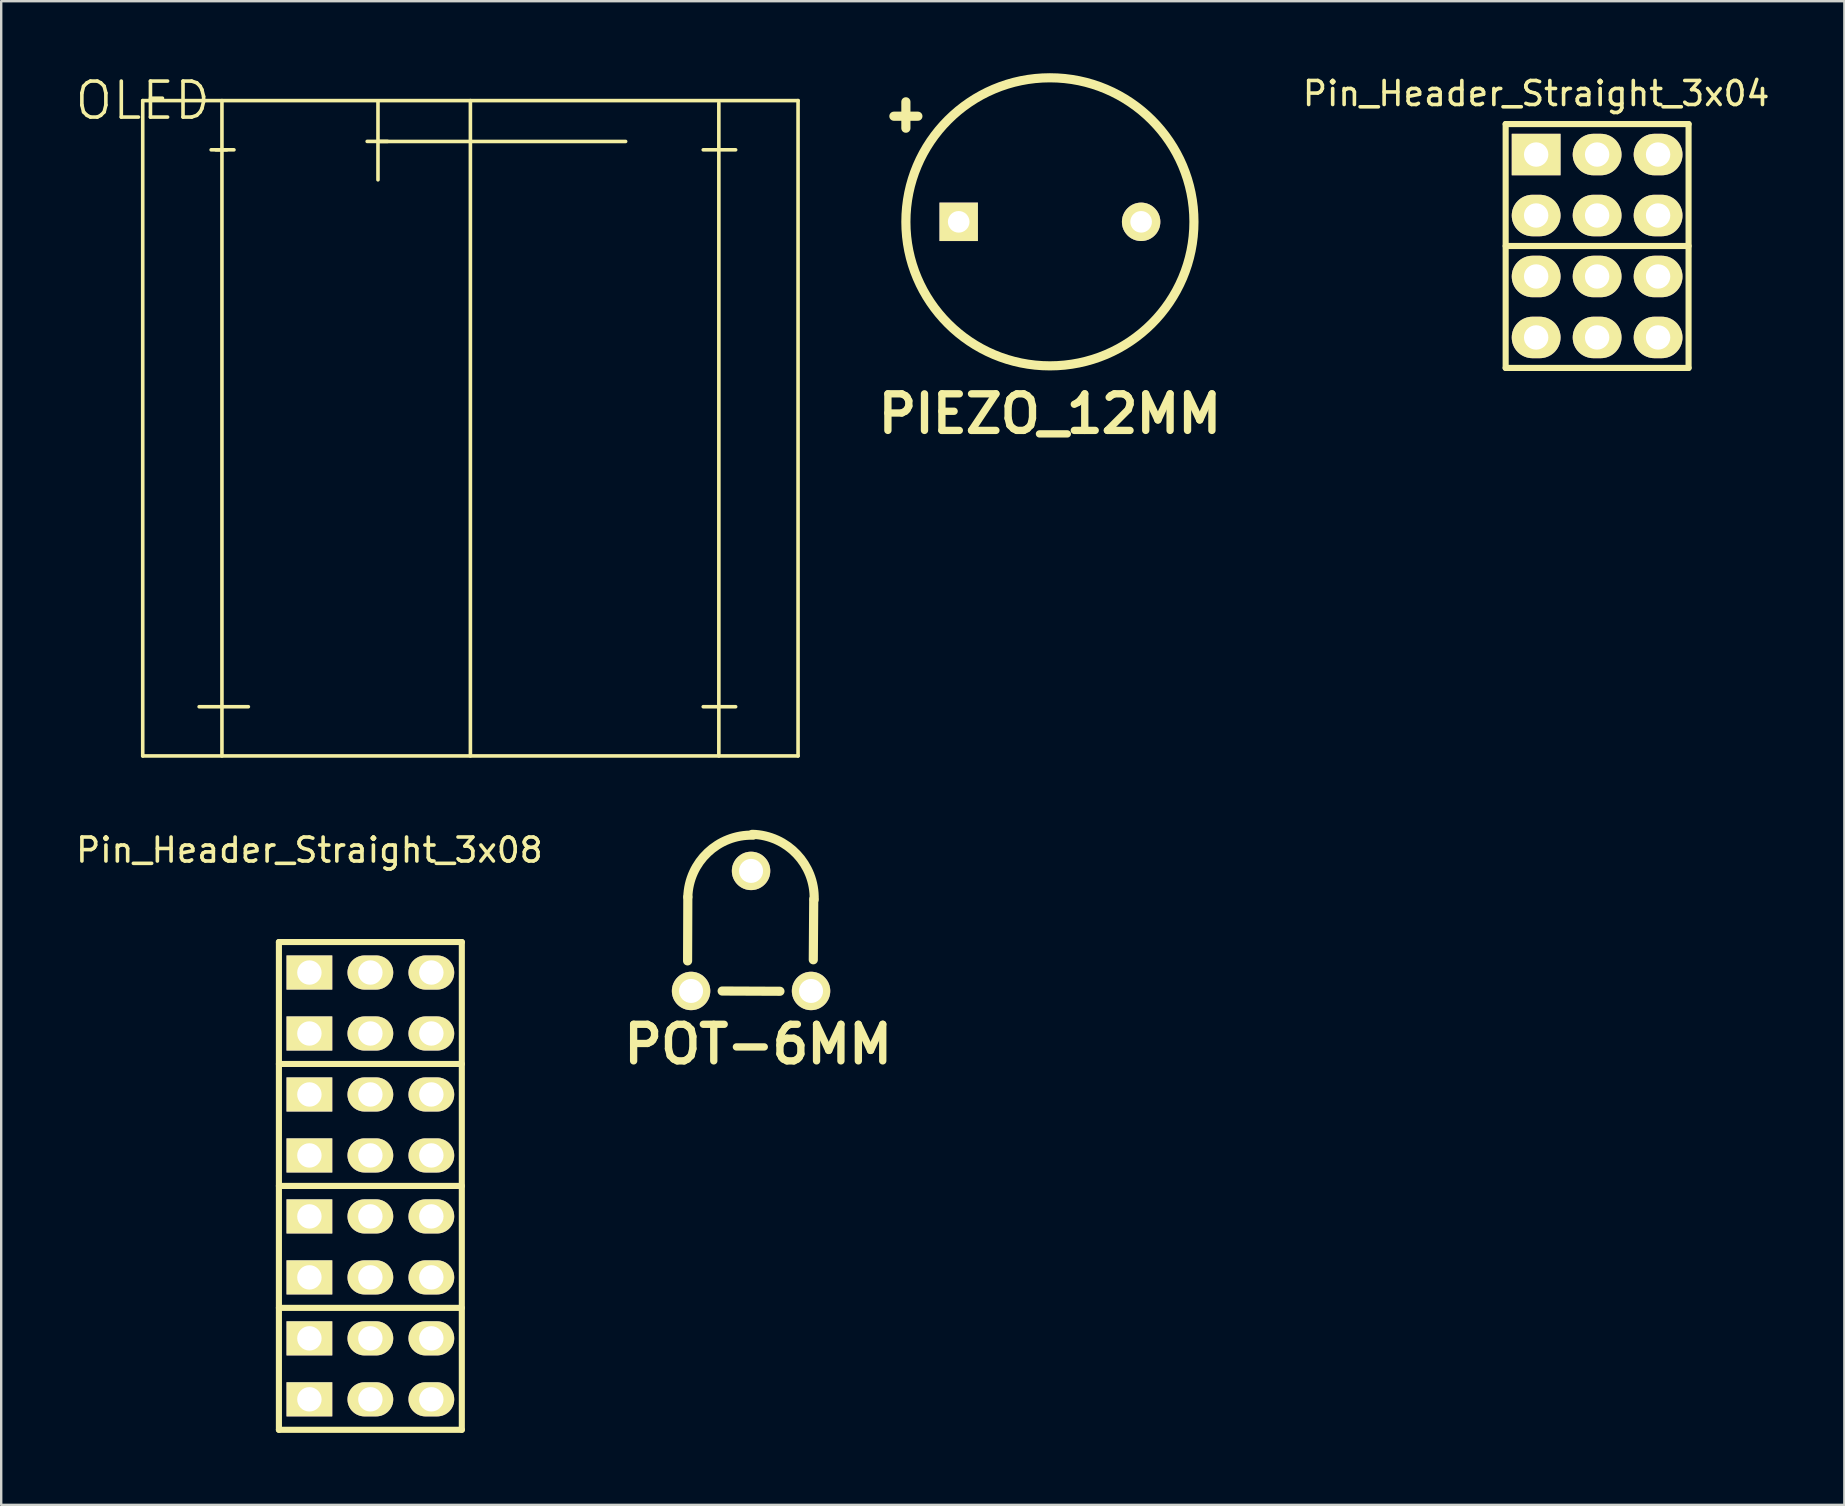
<source format=kicad_pcb>
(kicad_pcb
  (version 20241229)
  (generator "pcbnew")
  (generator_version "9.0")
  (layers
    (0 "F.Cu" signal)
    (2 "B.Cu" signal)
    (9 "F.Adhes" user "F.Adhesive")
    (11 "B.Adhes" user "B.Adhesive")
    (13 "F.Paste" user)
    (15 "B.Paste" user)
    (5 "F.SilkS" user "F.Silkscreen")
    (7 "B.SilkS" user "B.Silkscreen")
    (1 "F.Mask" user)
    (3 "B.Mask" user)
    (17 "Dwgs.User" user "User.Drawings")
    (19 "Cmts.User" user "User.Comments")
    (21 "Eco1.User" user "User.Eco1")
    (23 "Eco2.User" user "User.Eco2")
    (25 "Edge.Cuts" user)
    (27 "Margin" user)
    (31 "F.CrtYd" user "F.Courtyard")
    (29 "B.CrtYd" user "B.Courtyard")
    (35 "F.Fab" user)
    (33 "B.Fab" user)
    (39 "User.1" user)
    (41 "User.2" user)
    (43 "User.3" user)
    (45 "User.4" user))
  (footprint "Pin_Header_Straight_3x04"
    (layer "F.Cu")
    (at 63.484 7.198)
    (property "Reference" "Pin_Header_Straight_3x04" (at -2.54 -6.35 0) (layer "F.SilkS") (effects (font (size 1 1) (thickness 0.15))))
    (attr through_hole)
    (fp_line (start -3.81 -5.08) (end -3.81 5.08) (stroke (width 0.254) (type solid)) (layer "F.SilkS"))
    (fp_line (start -3.81 -5.08) (end 3.81 -5.08) (stroke (width 0.254) (type solid)) (layer "F.SilkS"))
    (fp_line (start 3.81 -5.08) (end 3.81 5.08) (stroke (width 0.254) (type solid)) (layer "F.SilkS"))
    (fp_line (start 3.81 0) (end -3.81 0) (stroke (width 0.254) (type solid)) (layer "F.SilkS"))
    (fp_line (start 3.81 5.08) (end -3.81 5.08) (stroke (width 0.254) (type solid)) (layer "F.SilkS"))
    (pad "1" thru_hole rect (at -2.54 -3.81) (size 2.032 1.727) (drill 1.016) (layers "*.Cu" "*.Mask" "F.SilkS"))
    (pad "2" thru_hole oval (at 0 -3.81) (size 2.032 1.727) (drill 1.016) (layers "*.Cu" "*.Mask" "F.SilkS"))
    (pad "3" thru_hole oval (at 2.54 -3.81) (size 2.032 1.727) (drill 1.016) (layers "*.Cu" "*.Mask" "F.SilkS"))
    (pad "4" thru_hole oval (at -2.54 -1.27) (size 2.032 1.727) (drill 1.016) (layers "*.Cu" "*.Mask" "F.SilkS"))
    (pad "5" thru_hole oval (at 0 -1.27) (size 2.032 1.727) (drill 1.016) (layers "*.Cu" "*.Mask" "F.SilkS"))
    (pad "6" thru_hole oval (at 2.54 -1.27) (size 2.032 1.727) (drill 1.016) (layers "*.Cu" "*.Mask" "F.SilkS"))
    (pad "7" thru_hole oval (at -2.54 1.27) (size 2.032 1.727) (drill 1.016) (layers "*.Cu" "*.Mask" "F.SilkS"))
    (pad "8" thru_hole oval (at 0 1.27) (size 2.032 1.727) (drill 1.016) (layers "*.Cu" "*.Mask" "F.SilkS"))
    (pad "9" thru_hole oval (at 2.54 1.27) (size 2.032 1.727) (drill 1.016) (layers "*.Cu" "*.Mask" "F.SilkS"))
    (pad "10" thru_hole oval (at -2.54 3.81) (size 2.032 1.727) (drill 1.016) (layers "*.Cu" "*.Mask" "F.SilkS"))
    (pad "11" thru_hole oval (at 0 3.81) (size 2.032 1.727) (drill 1.016) (layers "*.Cu" "*.Mask" "F.SilkS"))
    (pad "12" thru_hole oval (at 2.54 3.81) (size 2.032 1.727) (drill 1.016) (layers "*.Cu" "*.Mask" "F.SilkS")))
  (footprint "PIEZO_12MM"
    (layer "F.Cu")
    (at 40.688 6.191)
    (property "Reference" "PIEZO_12MM" (at 0 8 0) (layer "F.SilkS") (effects (font (size 1.524 1.524) (thickness 0.305))))
    (attr through_hole)
    (fp_line (start -6.5 -4.4) (end -5.5 -4.4) (stroke (width 0.381) (type solid)) (layer "F.SilkS"))
    (fp_line (start -6 -5) (end -6 -3.9) (stroke (width 0.381) (type solid)) (layer "F.SilkS"))
    (fp_circle (center 0 0) (end 6 0) (stroke (width 0.381) (type solid)) (fill no) (layer "F.SilkS"))
    (pad "1" thru_hole rect (at -3.8 0) (size 1.6 1.6) (drill 0.9) (layers "*.Cu" "*.Mask" "F.SilkS"))
    (pad "2" thru_hole circle (at 3.8 0) (size 1.6 1.6) (drill 0.9) (layers "*.Cu" "*.Mask" "F.SilkS")))
  (footprint "Pin_Header_Straight_3x08"
    (layer "F.Cu")
    (at 12.379 46.354)
    (property "Reference" "Pin_Header_Straight_3x08" (at -2.54 -13.99 0) (layer "F.SilkS") (effects (font (size 1 1) (thickness 0.15))))
    (attr through_hole)
    (fp_line (start -3.81 -10.16) (end 3.81 -10.16) (stroke (width 0.254) (type solid)) (layer "F.SilkS"))
    (fp_line (start -3.81 10.16) (end -3.81 -10.16) (stroke (width 0.254) (type solid)) (layer "F.SilkS"))
    (fp_line (start 3.81 -10.16) (end 3.81 10.16) (stroke (width 0.254) (type solid)) (layer "F.SilkS"))
    (fp_line (start 3.81 -5.08) (end -3.81 -5.08) (stroke (width 0.254) (type solid)) (layer "F.SilkS"))
    (fp_line (start 3.81 0) (end -3.81 0) (stroke (width 0.254) (type solid)) (layer "F.SilkS"))
    (fp_line (start 3.81 5.08) (end -3.81 5.08) (stroke (width 0.254) (type solid)) (layer "F.SilkS"))
    (fp_line (start 3.81 10.16) (end -3.81 10.16) (stroke (width 0.254) (type solid)) (layer "F.SilkS"))
    (pad "1" thru_hole rect (at -2.54 -8.89) (size 1.905 1.422) (drill 1.016) (layers "*.Cu" "*.Mask" "F.SilkS"))
    (pad "2" thru_hole oval (at 0 -8.89) (size 1.905 1.422) (drill 1.016) (layers "*.Cu" "*.Mask" "F.SilkS"))
    (pad "3" thru_hole oval (at 2.54 -8.89) (size 1.905 1.422) (drill 1.016) (layers "*.Cu" "*.Mask" "F.SilkS"))
    (pad "4" thru_hole rect (at -2.54 -6.35) (size 1.905 1.422) (drill 1.016) (layers "*.Cu" "*.Mask" "F.SilkS"))
    (pad "5" thru_hole oval (at 0 -6.35) (size 1.905 1.422) (drill 1.016) (layers "*.Cu" "*.Mask" "F.SilkS"))
    (pad "6" thru_hole oval (at 2.54 -6.35) (size 1.905 1.422) (drill 1.016) (layers "*.Cu" "*.Mask" "F.SilkS"))
    (pad "7" thru_hole rect (at -2.54 -3.81) (size 1.905 1.422) (drill 1.016) (layers "*.Cu" "*.Mask" "F.SilkS"))
    (pad "8" thru_hole oval (at 0 -3.81) (size 1.905 1.422) (drill 1.016) (layers "*.Cu" "*.Mask" "F.SilkS"))
    (pad "9" thru_hole oval (at 2.54 -3.81) (size 1.905 1.422) (drill 1.016) (layers "*.Cu" "*.Mask" "F.SilkS"))
    (pad "10" thru_hole rect (at -2.54 -1.27) (size 1.905 1.422) (drill 1.016) (layers "*.Cu" "*.Mask" "F.SilkS"))
    (pad "11" thru_hole oval (at 0 -1.27) (size 1.905 1.422) (drill 1.016) (layers "*.Cu" "*.Mask" "F.SilkS"))
    (pad "12" thru_hole oval (at 2.54 -1.27) (size 1.905 1.422) (drill 1.016) (layers "*.Cu" "*.Mask" "F.SilkS"))
    (pad "13" thru_hole rect (at -2.54 1.27) (size 1.905 1.422) (drill 1.016) (layers "*.Cu" "*.Mask" "F.SilkS"))
    (pad "14" thru_hole oval (at 0 1.27) (size 1.905 1.422) (drill 1.016) (layers "*.Cu" "*.Mask" "F.SilkS"))
    (pad "15" thru_hole oval (at 2.54 1.27) (size 1.905 1.422) (drill 1.016) (layers "*.Cu" "*.Mask" "F.SilkS"))
    (pad "16" thru_hole rect (at -2.54 3.81) (size 1.905 1.422) (drill 1.016) (layers "*.Cu" "*.Mask" "F.SilkS"))
    (pad "17" thru_hole oval (at 0 3.81) (size 1.905 1.422) (drill 1.016) (layers "*.Cu" "*.Mask" "F.SilkS"))
    (pad "18" thru_hole oval (at 2.54 3.81) (size 1.905 1.422) (drill 1.016) (layers "*.Cu" "*.Mask" "F.SilkS"))
    (pad "19" thru_hole rect (at -2.54 6.35) (size 1.905 1.422) (drill 1.016) (layers "*.Cu" "*.Mask" "F.SilkS"))
    (pad "20" thru_hole oval (at 0 6.35) (size 1.905 1.422) (drill 1.016) (layers "*.Cu" "*.Mask" "F.SilkS"))
    (pad "21" thru_hole oval (at 2.54 6.35) (size 1.905 1.422) (drill 1.016) (layers "*.Cu" "*.Mask" "F.SilkS"))
    (pad "22" thru_hole rect (at -2.54 8.89) (size 1.905 1.422) (drill 1.016) (layers "*.Cu" "*.Mask" "F.SilkS"))
    (pad "23" thru_hole oval (at 0 8.89) (size 1.905 1.422) (drill 1.016) (layers "*.Cu" "*.Mask" "F.SilkS"))
    (pad "24" thru_hole oval (at 2.54 8.89) (size 1.905 1.422) (drill 1.016) (layers "*.Cu" "*.Mask" "F.SilkS")))
  (footprint "POT-6MM"
    (layer "F.Cu")
    (at 28.238 38.232)
    (property "Reference" "POT-6MM" (at 0.297 2.223 0) (layer "F.SilkS") (effects (font (size 1.524 1.524) (thickness 0.305))))
    (attr through_hole)
    (fp_line (start -2.634 -3.912) (end -2.644 -1.252) (stroke (width 0.381) (type solid)) (layer "F.SilkS"))
    (fp_line (start -1.204 0.003) (end 1.204 0.013) (stroke (width 0.381) (type solid)) (layer "F.SilkS"))
    (fp_line (start 2.611 -3.823) (end 2.593 -1.298) (stroke (width 0.381) (type solid)) (layer "F.SilkS"))
    (fp_arc (start -2.63398 -3.9116) (mid -1.807752 -5.764051) (end 0.08636 -6.4897) (stroke (width 0.381) (type solid)) (layer "F.SilkS"))
    (fp_arc (start 0.0508 -6.52526) (mid 1.903251 -5.699032) (end 2.6289 -3.80492) (stroke (width 0.381) (type solid)) (layer "F.SilkS"))
    (pad "1" thru_hole circle (at -2.499 0) (size 1.6 1.6) (drill 1.001) (layers "*.Cu" "*.Mask" "F.SilkS"))
    (pad "2" thru_hole circle (at 0 -5.001) (size 1.6 1.6) (drill 1.001) (layers "*.Cu" "*.Mask" "F.SilkS"))
    (pad "3" thru_hole circle (at 2.499 0) (size 1.6 1.6) (drill 1.001) (layers "*.Cu" "*.Mask" "F.SilkS")))
  (footprint "OLED"
    (layer "F.Cu")
    (at 2.896 1.141)
    (property "Reference" "OLED" (at 0 0 0) (layer "F.SilkS") (effects (font (size 1.5 1.5) (thickness 0.15))))
    (attr through_hole)
    (fp_line (start 0 0) (end 27.3 0) (stroke (width 0.15) (type solid)) (layer "F.SilkS"))
    (fp_line (start 0 27.3) (end 0 0) (stroke (width 0.15) (type solid)) (layer "F.SilkS"))
    (fp_line (start 2.35 25.25) (end 4.4 25.25) (stroke (width 0.15) (type solid)) (layer "F.SilkS"))
    (fp_line (start 2.85 2.05) (end 3.8 2.05) (stroke (width 0.15) (type solid)) (layer "F.SilkS"))
    (fp_line (start 3.05 2.05) (end 3.5 2.05) (stroke (width 0.15) (type solid)) (layer "F.SilkS"))
    (fp_line (start 3.3 0) (end 3.3 27.3) (stroke (width 0.15) (type solid)) (layer "F.SilkS"))
    (fp_line (start 9.35 1.7) (end 10.2 1.7) (stroke (width 0.15) (type solid)) (layer "F.SilkS"))
    (fp_line (start 9.8 0.05) (end 9.8 3.3) (stroke (width 0.15) (type solid)) (layer "F.SilkS"))
    (fp_line (start 9.804 1.702) (end 20.117 1.702) (stroke (width 0.15) (type solid)) (layer "F.SilkS"))
    (fp_line (start 13.65 0) (end 13.65 27.3) (stroke (width 0.15) (type solid)) (layer "F.SilkS"))
    (fp_line (start 23.35 2.05) (end 24.7 2.05) (stroke (width 0.15) (type solid)) (layer "F.SilkS"))
    (fp_line (start 23.35 25.25) (end 24.7 25.25) (stroke (width 0.15) (type solid)) (layer "F.SilkS"))
    (fp_line (start 24 0.1) (end 24 27.3) (stroke (width 0.15) (type solid)) (layer "F.SilkS"))
    (fp_line (start 27.3 0) (end 27.3 27.3) (stroke (width 0.15) (type solid)) (layer "F.SilkS"))
    (fp_line (start 27.3 27.3) (end 0 27.3) (stroke (width 0.15) (type solid)) (layer "F.SilkS")))
  (gr_rect
    (start -3 -3)
    (end 73.784 59.641)
    (stroke (width 0.1) (type default))
    (fill no)
    (layer "Edge.Cuts")))
</source>
